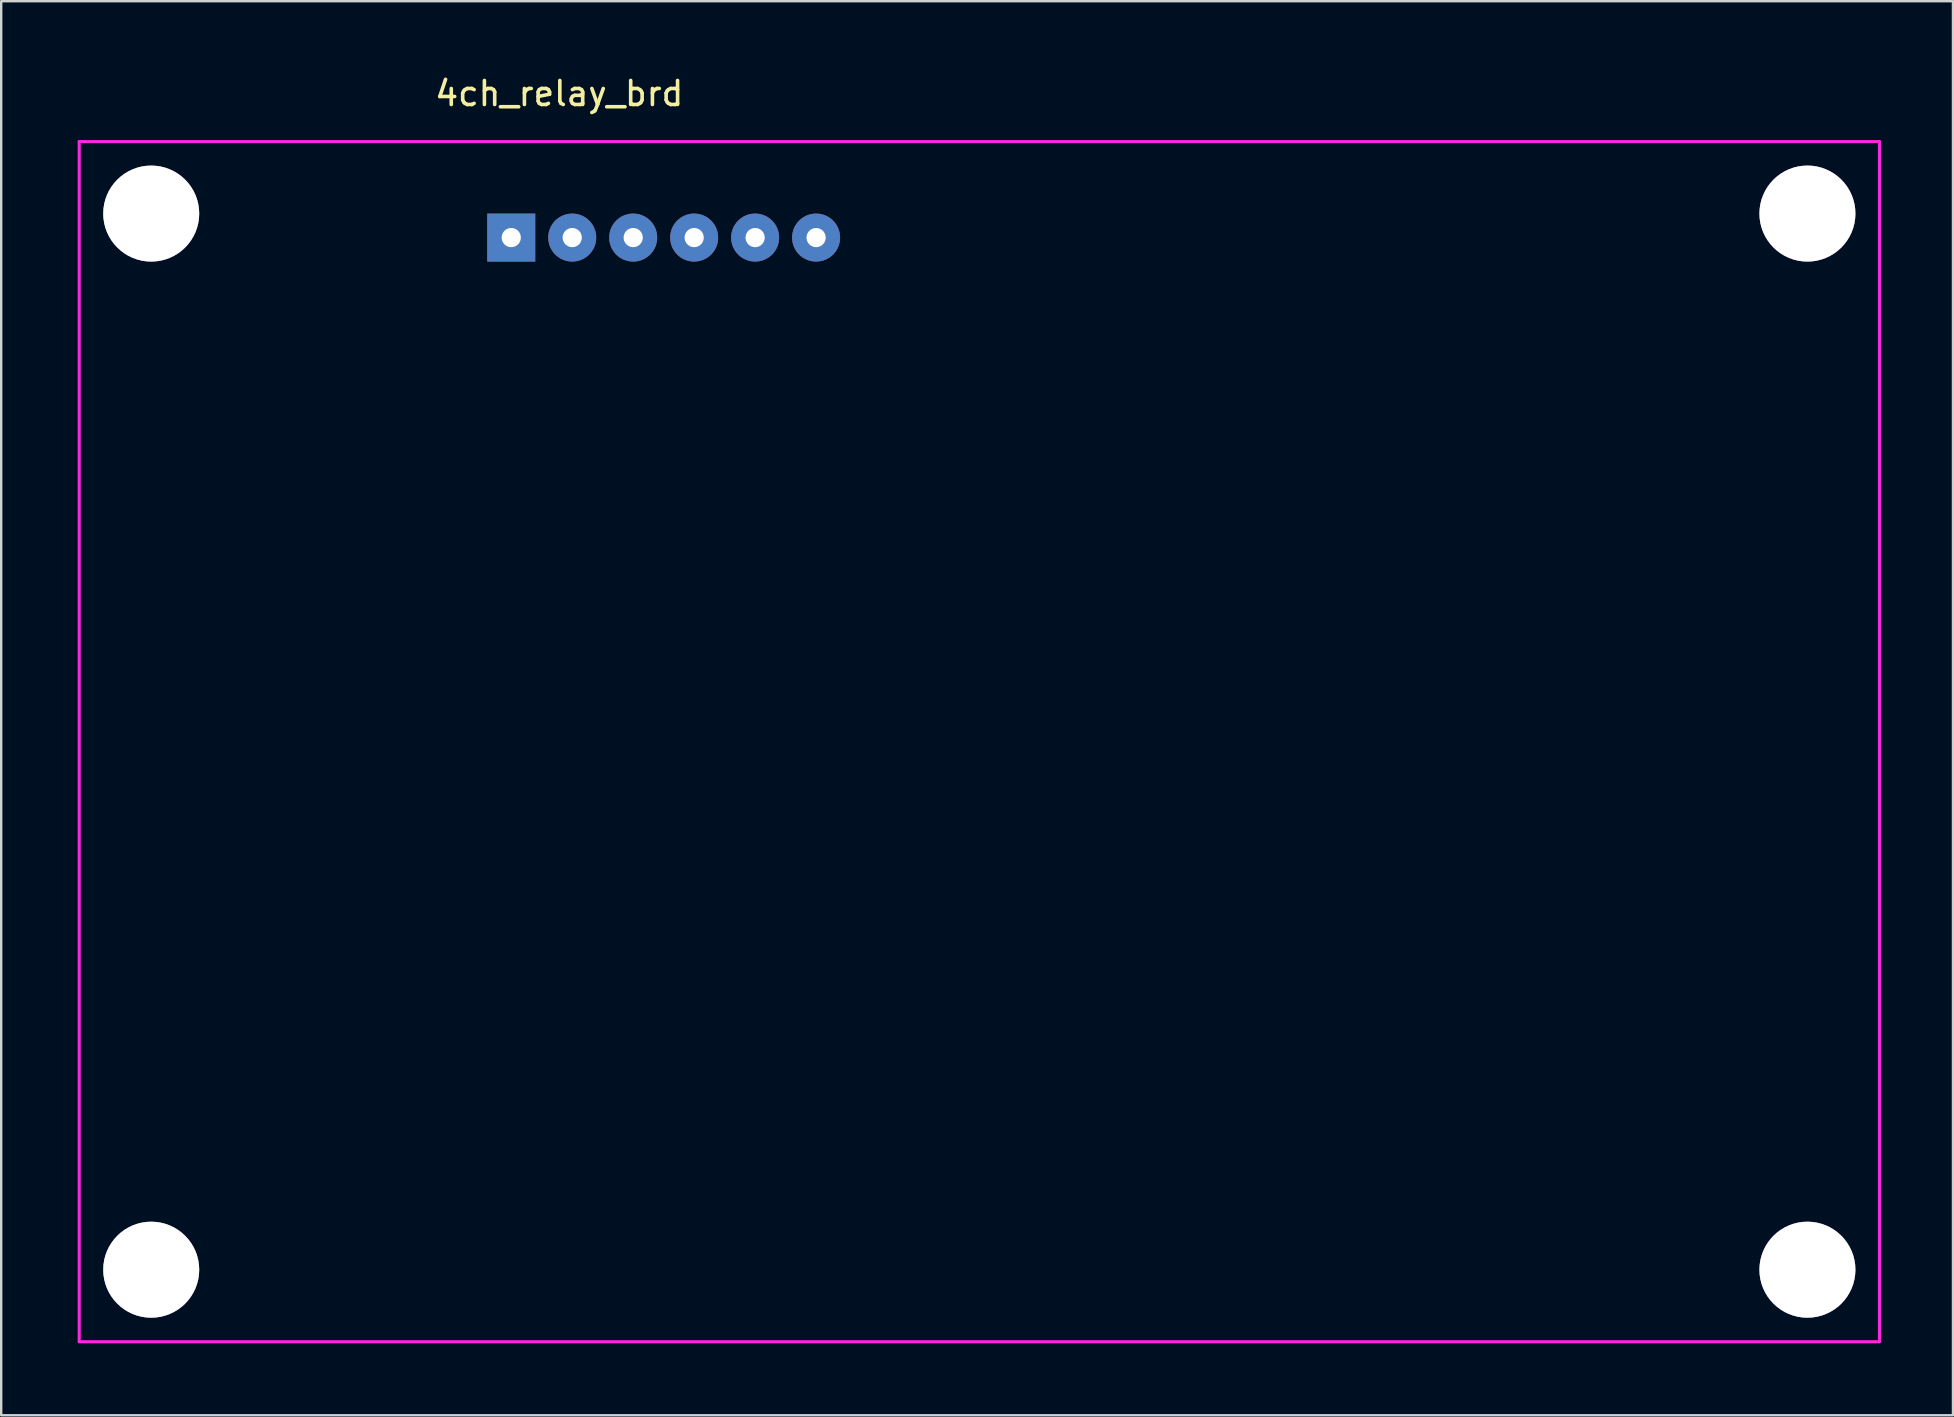
<source format=kicad_pcb>
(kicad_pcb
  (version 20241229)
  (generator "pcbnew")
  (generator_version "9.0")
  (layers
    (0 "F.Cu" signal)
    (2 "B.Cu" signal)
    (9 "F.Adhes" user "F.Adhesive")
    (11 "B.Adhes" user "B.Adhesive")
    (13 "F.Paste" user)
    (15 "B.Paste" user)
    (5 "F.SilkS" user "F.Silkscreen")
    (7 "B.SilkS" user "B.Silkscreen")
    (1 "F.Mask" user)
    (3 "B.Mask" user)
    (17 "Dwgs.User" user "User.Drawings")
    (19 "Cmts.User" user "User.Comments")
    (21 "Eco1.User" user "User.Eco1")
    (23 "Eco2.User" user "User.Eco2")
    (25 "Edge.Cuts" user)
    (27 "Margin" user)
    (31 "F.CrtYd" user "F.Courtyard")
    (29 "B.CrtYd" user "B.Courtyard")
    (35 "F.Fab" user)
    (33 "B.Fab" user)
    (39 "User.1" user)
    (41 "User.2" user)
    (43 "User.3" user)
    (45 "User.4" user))
  (footprint "4ch_relay_brd"
    (layer "F.Cu")
    (at 0.25 2.848)
    (property "Reference" "4ch_relay_brd" (at 20 -2 0) (layer "F.SilkS") (effects (font (size 1 1) (thickness 0.15))))
    (attr through_hole)
    (fp_line (start 0 0) (end 75 0) (stroke (width 0.127) (type solid)) (layer "F.CrtYd"))
    (fp_line (start 0 50) (end 0 0) (stroke (width 0.127) (type solid)) (layer "F.CrtYd"))
    (fp_line (start 75 0) (end 75 50) (stroke (width 0.127) (type solid)) (layer "F.CrtYd"))
    (fp_line (start 75 50) (end 0 50) (stroke (width 0.127) (type solid)) (layer "F.CrtYd"))
    (pad "1" thru_hole rect (at 18 4) (size 2 2) (drill 0.8) (layers "*.Cu" "*.Mask"))
    (pad "2" thru_hole circle (at 20.54 4) (size 2 2) (drill 0.8) (layers "*.Cu" "*.Mask"))
    (pad "3" thru_hole circle (at 23.08 4) (size 2 2) (drill 0.8) (layers "*.Cu" "*.Mask"))
    (pad "4" thru_hole circle (at 25.62 4) (size 2 2) (drill 0.8) (layers "*.Cu" "*.Mask"))
    (pad "5" thru_hole circle (at 28.16 4) (size 2 2) (drill 0.8) (layers "*.Cu" "*.Mask"))
    (pad "6" thru_hole circle (at 30.7 4) (size 2 2) (drill 0.8) (layers "*.Cu" "*.Mask"))
    (pad "10" thru_hole circle (at 3 3) (size 4 4) (drill 4) (layers "*.Cu" "*.Mask"))
    (pad "10" thru_hole circle (at 3 47) (size 4 4) (drill 4) (layers "*.Cu" "*.Mask"))
    (pad "10" thru_hole circle (at 72 3) (size 4 4) (drill 4) (layers "*.Cu" "*.Mask"))
    (pad "10" thru_hole circle (at 72 47) (size 4 4) (drill 4) (layers "*.Cu" "*.Mask")))
  (gr_rect
    (start -3 -3)
    (end 78.314 55.912)
    (stroke (width 0.1) (type default))
    (fill no)
    (layer "Edge.Cuts")))
</source>
